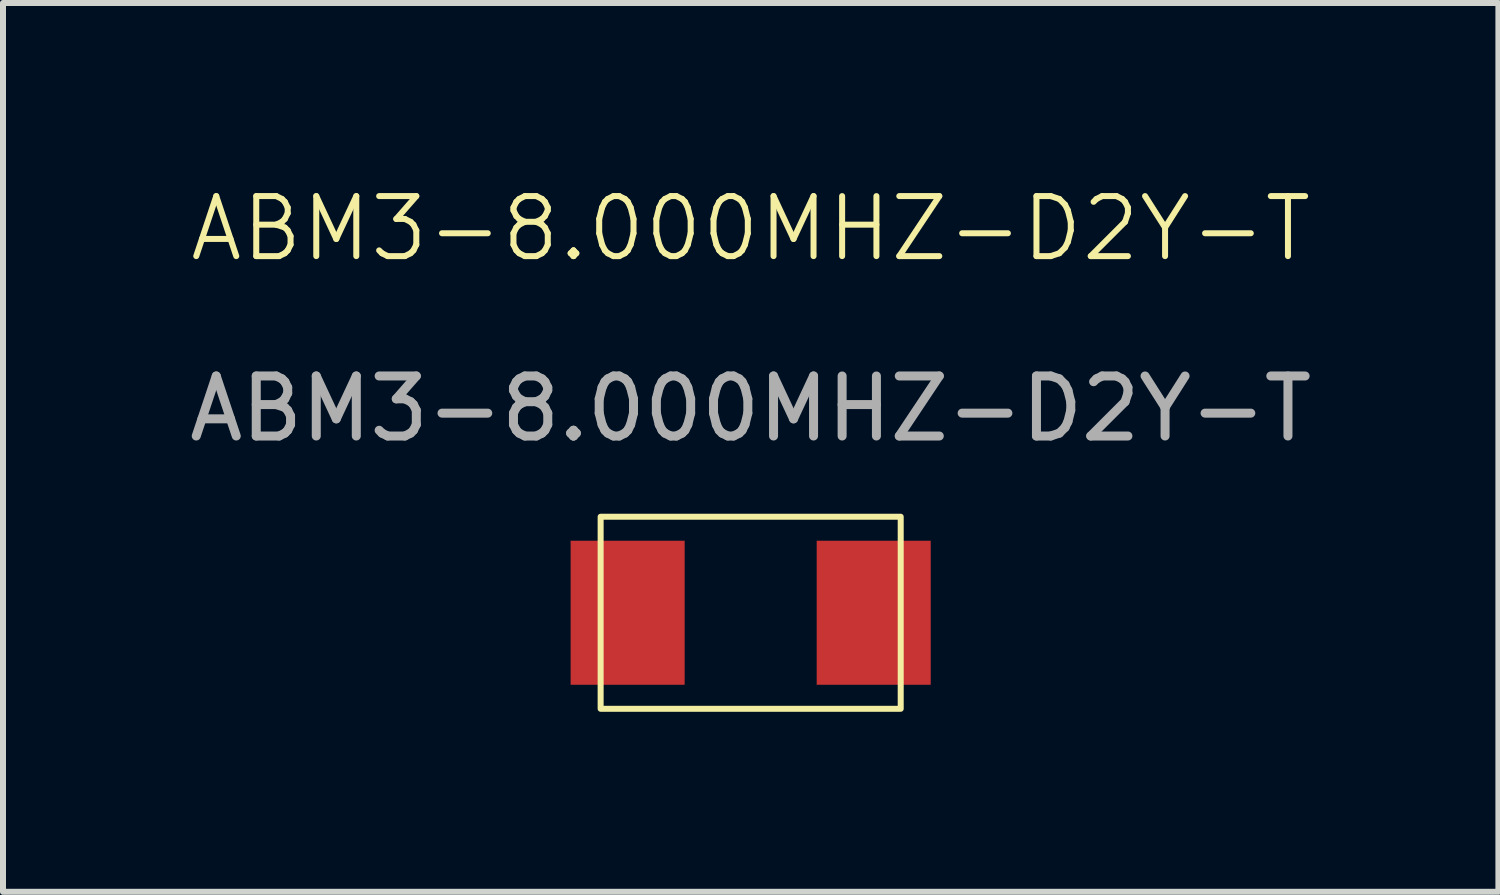
<source format=kicad_pcb>
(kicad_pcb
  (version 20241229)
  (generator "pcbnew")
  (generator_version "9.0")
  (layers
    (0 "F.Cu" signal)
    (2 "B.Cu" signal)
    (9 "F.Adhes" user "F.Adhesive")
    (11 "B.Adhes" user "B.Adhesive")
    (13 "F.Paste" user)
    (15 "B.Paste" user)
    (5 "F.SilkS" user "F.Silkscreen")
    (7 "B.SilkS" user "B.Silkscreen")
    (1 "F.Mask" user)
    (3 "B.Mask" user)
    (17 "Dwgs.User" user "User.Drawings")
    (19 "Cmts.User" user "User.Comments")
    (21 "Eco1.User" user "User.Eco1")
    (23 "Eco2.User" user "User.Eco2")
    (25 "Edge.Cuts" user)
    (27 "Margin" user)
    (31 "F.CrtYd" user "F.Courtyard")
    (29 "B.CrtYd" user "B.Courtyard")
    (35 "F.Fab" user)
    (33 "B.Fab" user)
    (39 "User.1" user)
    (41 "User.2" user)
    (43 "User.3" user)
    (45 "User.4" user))
  (footprint "ABM3-8.000MHZ-D2Y-T"
    (layer "F.Cu")
    (at 9.458 7.16)
    (property "Reference" "ABM3-8.000MHZ-D2Y-T" (at 0 -6.4 0) (unlocked yes) (layer "F.SilkS") (effects (font (size 1 1) (thickness 0.1))))
    (attr smd)
    (fp_rect (start -2.5 1.6) (end 2.5 -1.6) (stroke (width 0.1) (type solid)) (fill no) (layer "F.SilkS"))
    (fp_text user "${REFERENCE}" (at 0 -3.4 0) (unlocked yes) (layer "F.Fab") (effects (font (size 1 1) (thickness 0.15))))
    (pad "1" smd rect (at -2.05 0) (size 1.9 2.4) (layers "F.Cu" "F.Mask" "F.Paste"))
    (pad "1" smd rect (at 2.05 0) (size 1.9 2.4) (layers "F.Cu" "F.Mask" "F.Paste")))
  (gr_rect
    (start -3 -3)
    (end 21.917 11.81)
    (stroke (width 0.1) (type default))
    (fill no)
    (layer "Edge.Cuts")))
</source>
